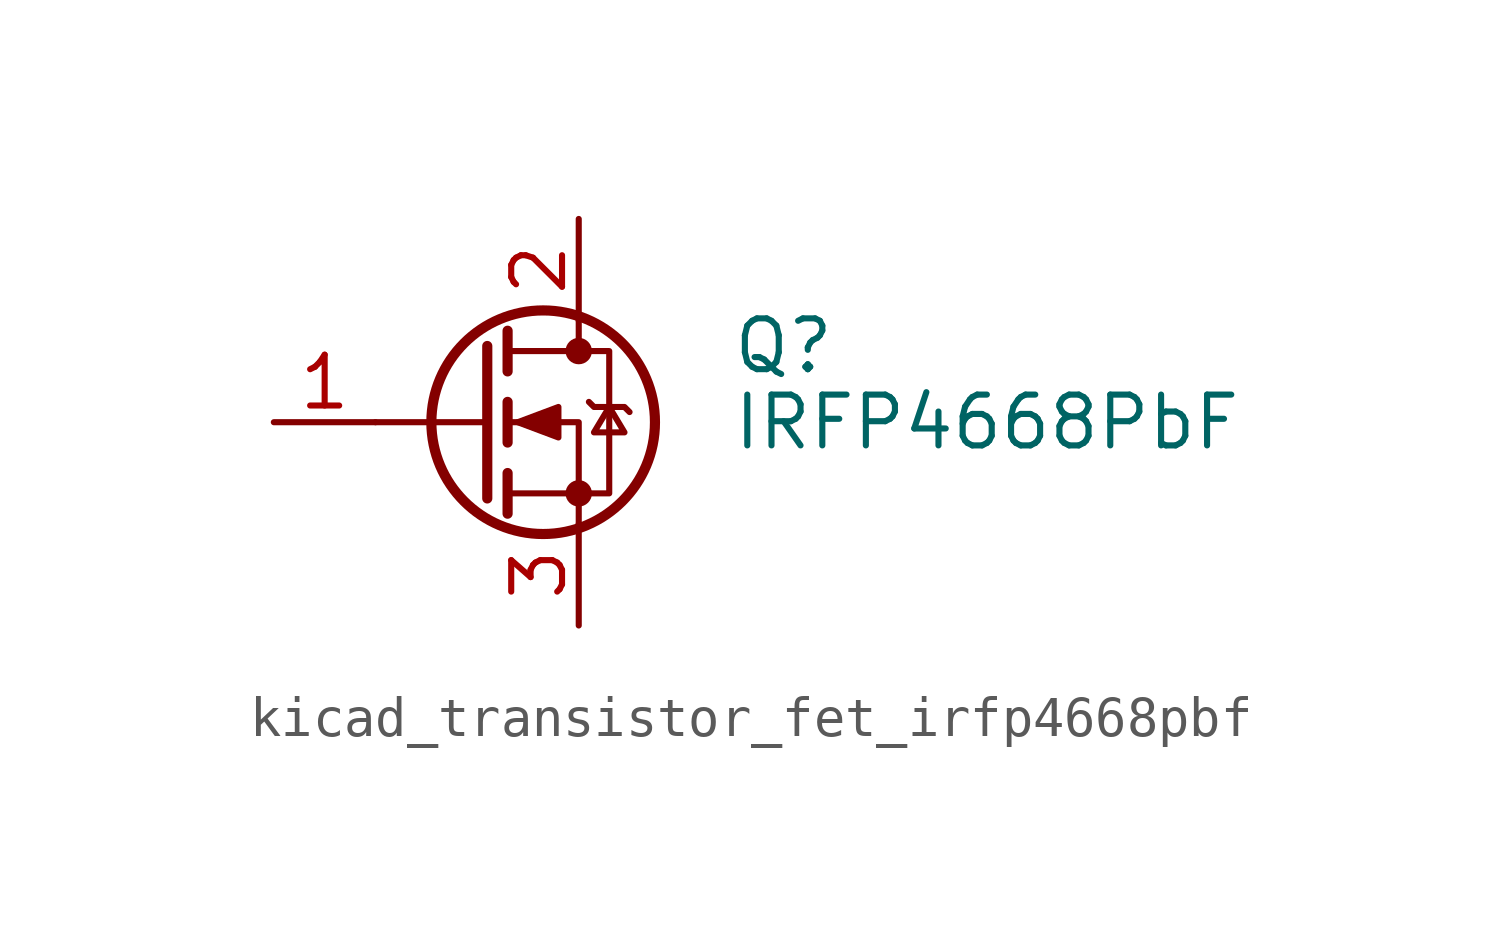
<source format=kicad_sym>
(kicad_symbol_lib
  (version 20220914)
  (generator kicad_symbol_editor)
  (symbol "kicad_transistor_fet_irfp4668pbf"
    (pin_names hide)
    (property "Reference" "Q"
      (at 6.35 1.905 0)
      (effects (font (size 1.27 1.27)) (justify left)))
    (property "Value" "IRFP4668PbF"
      (at 6.35 0 0)
      (effects (font (size 1.27 1.27)) (justify left)))
    (symbol "kicad_transistor_fet_irfp4668pbf_0_1"
      (polyline (pts (xy 0.254 0) (xy -2.54 0)) (stroke (width 0) (type default)) (fill (type none)))
      (polyline (pts (xy 0.254 1.905) (xy 0.254 -1.905)) (stroke (width 0.254) (type default)) (fill (type none)))
      (polyline (pts (xy 0.762 -1.27) (xy 0.762 -2.286)) (stroke (width 0.254) (type default)) (fill (type none)))
      (polyline (pts (xy 0.762 0.508) (xy 0.762 -0.508)) (stroke (width 0.254) (type default)) (fill (type none)))
      (polyline (pts (xy 0.762 2.286) (xy 0.762 1.27)) (stroke (width 0.254) (type default)) (fill (type none)))
      (polyline (pts (xy 2.54 2.54) (xy 2.54 1.778)) (stroke (width 0) (type default)) (fill (type none)))
      (polyline (pts (xy 2.54 -2.54) (xy 2.54 0) (xy 0.762 0)) (stroke (width 0) (type default)) (fill (type none)))
      (polyline (pts (xy 0.762 -1.778) (xy 3.302 -1.778) (xy 3.302 1.778) (xy 0.762 1.778)) (stroke (width 0) (type default)) (fill (type none)))
      (polyline (pts (xy 1.016 0) (xy 2.032 0.381) (xy 2.032 -0.381) (xy 1.016 0)) (stroke (width 0) (type default)) (fill (type outline)))
      (polyline (pts (xy 2.794 0.508) (xy 2.921 0.381) (xy 3.683 0.381) (xy 3.81 0.254)) (stroke (width 0) (type default)) (fill (type none)))
      (polyline (pts (xy 3.302 0.381) (xy 2.921 -0.254) (xy 3.683 -0.254) (xy 3.302 0.381)) (stroke (width 0) (type default)) (fill (type none)))
      (circle (center 1.651 0) (radius 2.794) (stroke (width 0.254) (type default)) (fill (type none)))
      (circle (center 2.54 -1.778) (radius 0.254) (stroke (width 0) (type default)) (fill (type outline)))
      (circle (center 2.54 1.778) (radius 0.254) (stroke (width 0) (type default)) (fill (type outline))))
    (symbol "kicad_transistor_fet_irfp4668pbf_1_1"
      (pin input line (at -5.08 0 0) (length 2.54) (name "G" (effects (font (size 1.27 1.27)))) (number "1" (effects (font (size 1.27 1.27)))))
      (pin passive line (at 2.54 5.08 270) (length 2.54) (name "D" (effects (font (size 1.27 1.27)))) (number "2" (effects (font (size 1.27 1.27)))))
      (pin passive line (at 2.54 -5.08 90) (length 2.54) (name "S" (effects (font (size 1.27 1.27)))) (number "3" (effects (font (size 1.27 1.27))))))))
</source>
